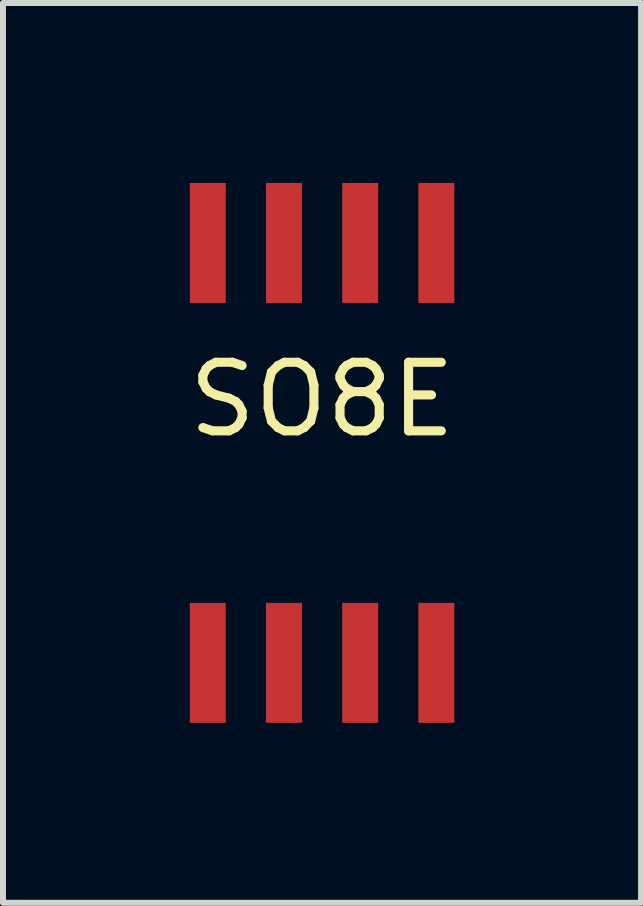
<source format=kicad_pcb>
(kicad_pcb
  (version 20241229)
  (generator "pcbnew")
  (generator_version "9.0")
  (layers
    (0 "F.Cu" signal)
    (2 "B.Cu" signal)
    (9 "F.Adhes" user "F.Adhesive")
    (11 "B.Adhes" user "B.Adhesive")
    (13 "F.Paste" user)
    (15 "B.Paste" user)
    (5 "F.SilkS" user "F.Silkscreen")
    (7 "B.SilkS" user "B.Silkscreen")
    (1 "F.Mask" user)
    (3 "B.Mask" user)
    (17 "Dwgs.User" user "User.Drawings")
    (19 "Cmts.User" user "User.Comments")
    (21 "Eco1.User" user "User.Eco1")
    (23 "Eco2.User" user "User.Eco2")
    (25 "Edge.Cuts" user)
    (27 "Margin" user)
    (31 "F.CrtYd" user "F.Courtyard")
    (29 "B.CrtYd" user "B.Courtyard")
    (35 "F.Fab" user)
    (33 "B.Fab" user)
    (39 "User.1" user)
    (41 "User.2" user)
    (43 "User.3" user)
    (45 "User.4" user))
  (footprint "SO8E"
    (layer "F.Cu")
    (at 2.319 4.5)
    (property "Reference" "SO8E" (at 0 -0.889 0) (layer "F.SilkS") (effects (font (size 1.143 1.143) (thickness 0.152))))
    (attr smd)
    (pad "1" smd rect (at -1.905 3.5) (size 0.599 2) (layers "F.Cu" "F.Mask" "F.Paste"))
    (pad "2" smd rect (at -0.635 3.5) (size 0.599 2) (layers "F.Cu" "F.Mask" "F.Paste"))
    (pad "3" smd rect (at 0.635 3.5) (size 0.599 2) (layers "F.Cu" "F.Mask" "F.Paste"))
    (pad "4" smd rect (at 1.905 3.5) (size 0.599 2) (layers "F.Cu" "F.Mask" "F.Paste"))
    (pad "5" smd rect (at 1.905 -3.5) (size 0.599 2) (layers "F.Cu" "F.Mask" "F.Paste"))
    (pad "6" smd rect (at 0.635 -3.5) (size 0.599 2) (layers "F.Cu" "F.Mask" "F.Paste"))
    (pad "7" smd rect (at -0.635 -3.5) (size 0.599 2) (layers "F.Cu" "F.Mask" "F.Paste"))
    (pad "8" smd rect (at -1.905 -3.5) (size 0.599 2) (layers "F.Cu" "F.Mask" "F.Paste")))
  (gr_rect
    (start -3 -3)
    (end 7.637 12)
    (stroke (width 0.1) (type default))
    (fill no)
    (layer "Edge.Cuts")))
</source>
